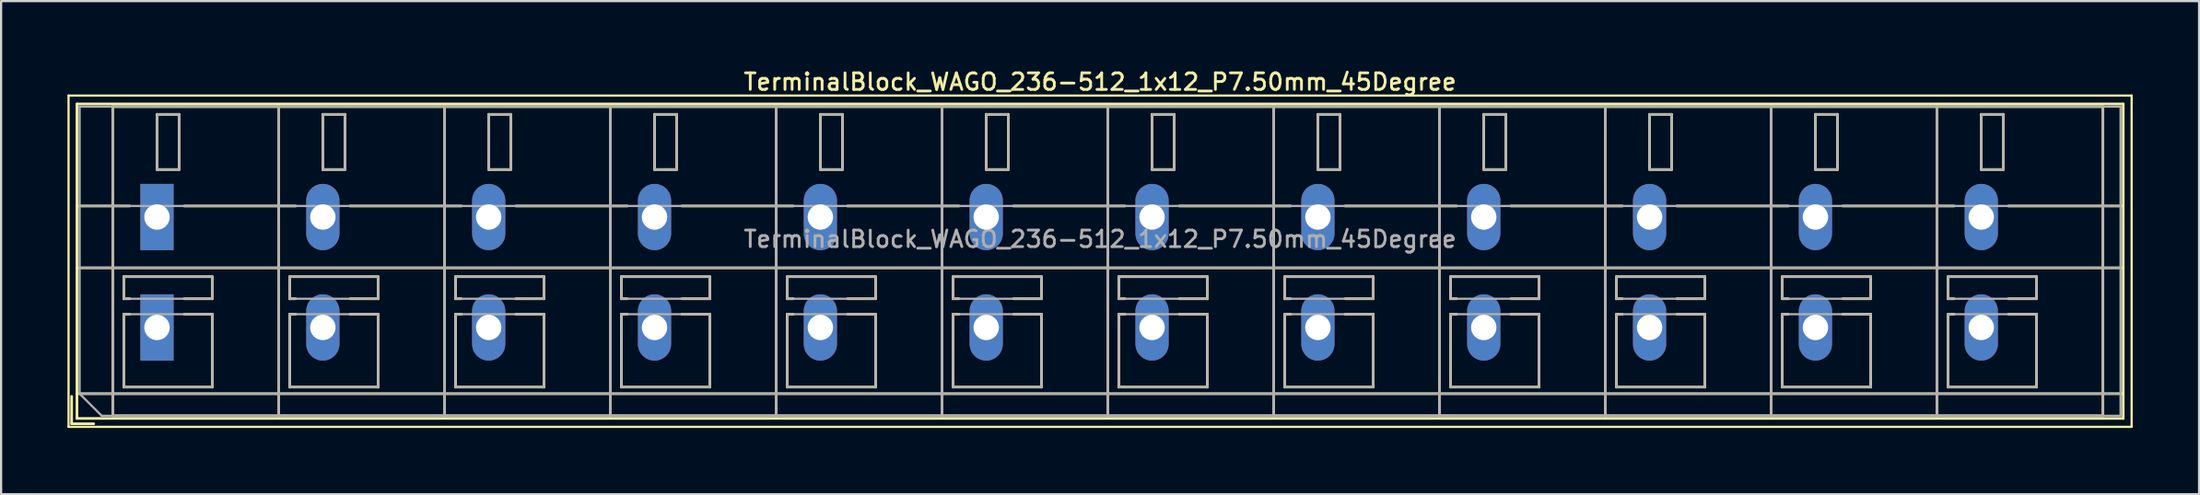
<source format=kicad_pcb>
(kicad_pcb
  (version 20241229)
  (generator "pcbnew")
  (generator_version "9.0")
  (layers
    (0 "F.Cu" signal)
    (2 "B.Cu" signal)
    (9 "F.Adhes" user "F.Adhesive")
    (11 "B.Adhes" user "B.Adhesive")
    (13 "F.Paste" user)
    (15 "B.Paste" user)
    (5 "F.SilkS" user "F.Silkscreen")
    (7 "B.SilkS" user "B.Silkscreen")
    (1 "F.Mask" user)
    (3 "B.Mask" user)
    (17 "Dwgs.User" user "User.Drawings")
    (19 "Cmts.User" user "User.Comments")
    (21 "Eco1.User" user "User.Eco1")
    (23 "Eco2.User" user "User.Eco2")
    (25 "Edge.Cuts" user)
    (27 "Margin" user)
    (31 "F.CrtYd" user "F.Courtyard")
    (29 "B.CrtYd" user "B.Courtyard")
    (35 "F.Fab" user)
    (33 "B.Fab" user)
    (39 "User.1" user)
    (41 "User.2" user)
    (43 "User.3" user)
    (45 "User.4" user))
  (footprint "TerminalBlock_WAGO_236-512_1x12_P7.50mm_45Degree"
    (layer "F.Cu")
    (at 4.05 6.778)
    (property "Reference" "TerminalBlock_WAGO_236-512_1x12_P7.50mm_45Degree" (at 42.65 -6.12 0) (layer "F.SilkS") (effects (font (size 0.75 0.75) (thickness 0.125))))
    (attr through_hole)
    (fp_line (start -4 -5.5) (end -4 9.5) (stroke (width 0.1) (type solid)) (layer "F.SilkS"))
    (fp_line (start -4 9.5) (end 89.3 9.5) (stroke (width 0.1) (type solid)) (layer "F.SilkS"))
    (fp_line (start -3.86 8.12) (end -3.86 9.36) (stroke (width 0.12) (type solid)) (layer "F.SilkS"))
    (fp_line (start -3.86 9.36) (end -2.86 9.36) (stroke (width 0.12) (type solid)) (layer "F.SilkS"))
    (fp_line (start -3.62 -5.12) (end -3.62 9.12) (stroke (width 0.12) (type solid)) (layer "F.SilkS"))
    (fp_line (start -3.62 -5.12) (end 88.92 -5.12) (stroke (width 0.12) (type solid)) (layer "F.SilkS"))
    (fp_line (start -3.62 -0.5) (end -1.23 -0.5) (stroke (width 0.12) (type solid)) (layer "F.SilkS"))
    (fp_line (start -3.62 2.3) (end 88.92 2.3) (stroke (width 0.12) (type solid)) (layer "F.SilkS"))
    (fp_line (start -3.62 8) (end 88.92 8) (stroke (width 0.12) (type solid)) (layer "F.SilkS"))
    (fp_line (start -3.62 9.12) (end 88.92 9.12) (stroke (width 0.12) (type solid)) (layer "F.SilkS"))
    (fp_line (start -2 -5) (end -2 9) (stroke (width 0.12) (type solid)) (layer "F.SilkS"))
    (fp_line (start -2 -5) (end 5.5 -5) (stroke (width 0.12) (type solid)) (layer "F.SilkS"))
    (fp_line (start -2 9) (end 5.5 9) (stroke (width 0.12) (type solid)) (layer "F.SilkS"))
    (fp_line (start -1.5 2.7) (end -1.5 3.7) (stroke (width 0.12) (type solid)) (layer "F.SilkS"))
    (fp_line (start -1.5 2.7) (end 2.5 2.7) (stroke (width 0.12) (type solid)) (layer "F.SilkS"))
    (fp_line (start -1.5 3.7) (end -1.23 3.7) (stroke (width 0.12) (type solid)) (layer "F.SilkS"))
    (fp_line (start -1.5 4.4) (end -1.5 7.7) (stroke (width 0.12) (type solid)) (layer "F.SilkS"))
    (fp_line (start -1.5 4.4) (end -1.23 4.4) (stroke (width 0.12) (type solid)) (layer "F.SilkS"))
    (fp_line (start -1.5 7.7) (end 2.5 7.7) (stroke (width 0.12) (type solid)) (layer "F.SilkS"))
    (fp_line (start 0 -4.65) (end 0 -2.151) (stroke (width 0.12) (type solid)) (layer "F.SilkS"))
    (fp_line (start 0 -4.65) (end 1 -4.65) (stroke (width 0.12) (type solid)) (layer "F.SilkS"))
    (fp_line (start 0 -2.151) (end 1 -2.151) (stroke (width 0.12) (type solid)) (layer "F.SilkS"))
    (fp_line (start 1 -4.65) (end 1 -2.151) (stroke (width 0.12) (type solid)) (layer "F.SilkS"))
    (fp_line (start 1.23 -0.5) (end 6.27 -0.5) (stroke (width 0.12) (type solid)) (layer "F.SilkS"))
    (fp_line (start 1.23 3.7) (end 2.5 3.7) (stroke (width 0.12) (type solid)) (layer "F.SilkS"))
    (fp_line (start 1.23 4.4) (end 2.5 4.4) (stroke (width 0.12) (type solid)) (layer "F.SilkS"))
    (fp_line (start 2.5 2.7) (end 2.5 3.7) (stroke (width 0.12) (type solid)) (layer "F.SilkS"))
    (fp_line (start 2.5 4.4) (end 2.5 7.7) (stroke (width 0.12) (type solid)) (layer "F.SilkS"))
    (fp_line (start 5.5 -5) (end 5.5 9) (stroke (width 0.12) (type solid)) (layer "F.SilkS"))
    (fp_line (start 5.5 -5) (end 5.5 9) (stroke (width 0.12) (type solid)) (layer "F.SilkS"))
    (fp_line (start 5.5 -5) (end 13 -5) (stroke (width 0.12) (type solid)) (layer "F.SilkS"))
    (fp_line (start 5.5 9) (end 13 9) (stroke (width 0.12) (type solid)) (layer "F.SilkS"))
    (fp_line (start 6 2.7) (end 6 3.7) (stroke (width 0.12) (type solid)) (layer "F.SilkS"))
    (fp_line (start 6 2.7) (end 10 2.7) (stroke (width 0.12) (type solid)) (layer "F.SilkS"))
    (fp_line (start 6 3.7) (end 6.27 3.7) (stroke (width 0.12) (type solid)) (layer "F.SilkS"))
    (fp_line (start 6 4.4) (end 6 7.7) (stroke (width 0.12) (type solid)) (layer "F.SilkS"))
    (fp_line (start 6 4.4) (end 6.27 4.4) (stroke (width 0.12) (type solid)) (layer "F.SilkS"))
    (fp_line (start 6 7.7) (end 10 7.7) (stroke (width 0.12) (type solid)) (layer "F.SilkS"))
    (fp_line (start 7.5 -4.65) (end 7.5 -2.151) (stroke (width 0.12) (type solid)) (layer "F.SilkS"))
    (fp_line (start 7.5 -4.65) (end 8.5 -4.65) (stroke (width 0.12) (type solid)) (layer "F.SilkS"))
    (fp_line (start 7.5 -2.151) (end 8.5 -2.151) (stroke (width 0.12) (type solid)) (layer "F.SilkS"))
    (fp_line (start 8.5 -4.65) (end 8.5 -2.151) (stroke (width 0.12) (type solid)) (layer "F.SilkS"))
    (fp_line (start 8.73 -0.5) (end 13.77 -0.5) (stroke (width 0.12) (type solid)) (layer "F.SilkS"))
    (fp_line (start 8.73 3.7) (end 10 3.7) (stroke (width 0.12) (type solid)) (layer "F.SilkS"))
    (fp_line (start 8.73 4.4) (end 10 4.4) (stroke (width 0.12) (type solid)) (layer "F.SilkS"))
    (fp_line (start 10 2.7) (end 10 3.7) (stroke (width 0.12) (type solid)) (layer "F.SilkS"))
    (fp_line (start 10 4.4) (end 10 7.7) (stroke (width 0.12) (type solid)) (layer "F.SilkS"))
    (fp_line (start 13 -5) (end 13 9) (stroke (width 0.12) (type solid)) (layer "F.SilkS"))
    (fp_line (start 13 -5) (end 13 9) (stroke (width 0.12) (type solid)) (layer "F.SilkS"))
    (fp_line (start 13 -5) (end 20.5 -5) (stroke (width 0.12) (type solid)) (layer "F.SilkS"))
    (fp_line (start 13 9) (end 20.5 9) (stroke (width 0.12) (type solid)) (layer "F.SilkS"))
    (fp_line (start 13.5 2.7) (end 13.5 3.7) (stroke (width 0.12) (type solid)) (layer "F.SilkS"))
    (fp_line (start 13.5 2.7) (end 17.5 2.7) (stroke (width 0.12) (type solid)) (layer "F.SilkS"))
    (fp_line (start 13.5 3.7) (end 13.77 3.7) (stroke (width 0.12) (type solid)) (layer "F.SilkS"))
    (fp_line (start 13.5 4.4) (end 13.5 7.7) (stroke (width 0.12) (type solid)) (layer "F.SilkS"))
    (fp_line (start 13.5 4.4) (end 13.77 4.4) (stroke (width 0.12) (type solid)) (layer "F.SilkS"))
    (fp_line (start 13.5 7.7) (end 17.5 7.7) (stroke (width 0.12) (type solid)) (layer "F.SilkS"))
    (fp_line (start 15 -4.65) (end 15 -2.151) (stroke (width 0.12) (type solid)) (layer "F.SilkS"))
    (fp_line (start 15 -4.65) (end 16 -4.65) (stroke (width 0.12) (type solid)) (layer "F.SilkS"))
    (fp_line (start 15 -2.151) (end 16 -2.151) (stroke (width 0.12) (type solid)) (layer "F.SilkS"))
    (fp_line (start 16 -4.65) (end 16 -2.151) (stroke (width 0.12) (type solid)) (layer "F.SilkS"))
    (fp_line (start 16.23 -0.5) (end 21.27 -0.5) (stroke (width 0.12) (type solid)) (layer "F.SilkS"))
    (fp_line (start 16.23 3.7) (end 17.5 3.7) (stroke (width 0.12) (type solid)) (layer "F.SilkS"))
    (fp_line (start 16.23 4.4) (end 17.5 4.4) (stroke (width 0.12) (type solid)) (layer "F.SilkS"))
    (fp_line (start 17.5 2.7) (end 17.5 3.7) (stroke (width 0.12) (type solid)) (layer "F.SilkS"))
    (fp_line (start 17.5 4.4) (end 17.5 7.7) (stroke (width 0.12) (type solid)) (layer "F.SilkS"))
    (fp_line (start 20.5 -5) (end 20.5 9) (stroke (width 0.12) (type solid)) (layer "F.SilkS"))
    (fp_line (start 20.5 -5) (end 20.5 9) (stroke (width 0.12) (type solid)) (layer "F.SilkS"))
    (fp_line (start 20.5 -5) (end 28 -5) (stroke (width 0.12) (type solid)) (layer "F.SilkS"))
    (fp_line (start 20.5 9) (end 28 9) (stroke (width 0.12) (type solid)) (layer "F.SilkS"))
    (fp_line (start 21 2.7) (end 21 3.7) (stroke (width 0.12) (type solid)) (layer "F.SilkS"))
    (fp_line (start 21 2.7) (end 25 2.7) (stroke (width 0.12) (type solid)) (layer "F.SilkS"))
    (fp_line (start 21 3.7) (end 21.27 3.7) (stroke (width 0.12) (type solid)) (layer "F.SilkS"))
    (fp_line (start 21 4.4) (end 21 7.7) (stroke (width 0.12) (type solid)) (layer "F.SilkS"))
    (fp_line (start 21 4.4) (end 21.27 4.4) (stroke (width 0.12) (type solid)) (layer "F.SilkS"))
    (fp_line (start 21 7.7) (end 25 7.7) (stroke (width 0.12) (type solid)) (layer "F.SilkS"))
    (fp_line (start 22.5 -4.65) (end 22.5 -2.151) (stroke (width 0.12) (type solid)) (layer "F.SilkS"))
    (fp_line (start 22.5 -4.65) (end 23.5 -4.65) (stroke (width 0.12) (type solid)) (layer "F.SilkS"))
    (fp_line (start 22.5 -2.151) (end 23.5 -2.151) (stroke (width 0.12) (type solid)) (layer "F.SilkS"))
    (fp_line (start 23.5 -4.65) (end 23.5 -2.151) (stroke (width 0.12) (type solid)) (layer "F.SilkS"))
    (fp_line (start 23.73 -0.5) (end 28.77 -0.5) (stroke (width 0.12) (type solid)) (layer "F.SilkS"))
    (fp_line (start 23.73 3.7) (end 25 3.7) (stroke (width 0.12) (type solid)) (layer "F.SilkS"))
    (fp_line (start 23.73 4.4) (end 25 4.4) (stroke (width 0.12) (type solid)) (layer "F.SilkS"))
    (fp_line (start 25 2.7) (end 25 3.7) (stroke (width 0.12) (type solid)) (layer "F.SilkS"))
    (fp_line (start 25 4.4) (end 25 7.7) (stroke (width 0.12) (type solid)) (layer "F.SilkS"))
    (fp_line (start 28 -5) (end 28 9) (stroke (width 0.12) (type solid)) (layer "F.SilkS"))
    (fp_line (start 28 -5) (end 28 9) (stroke (width 0.12) (type solid)) (layer "F.SilkS"))
    (fp_line (start 28 -5) (end 35.5 -5) (stroke (width 0.12) (type solid)) (layer "F.SilkS"))
    (fp_line (start 28 9) (end 35.5 9) (stroke (width 0.12) (type solid)) (layer "F.SilkS"))
    (fp_line (start 28.5 2.7) (end 28.5 3.7) (stroke (width 0.12) (type solid)) (layer "F.SilkS"))
    (fp_line (start 28.5 2.7) (end 32.5 2.7) (stroke (width 0.12) (type solid)) (layer "F.SilkS"))
    (fp_line (start 28.5 3.7) (end 28.77 3.7) (stroke (width 0.12) (type solid)) (layer "F.SilkS"))
    (fp_line (start 28.5 4.4) (end 28.5 7.7) (stroke (width 0.12) (type solid)) (layer "F.SilkS"))
    (fp_line (start 28.5 4.4) (end 28.77 4.4) (stroke (width 0.12) (type solid)) (layer "F.SilkS"))
    (fp_line (start 28.5 7.7) (end 32.5 7.7) (stroke (width 0.12) (type solid)) (layer "F.SilkS"))
    (fp_line (start 30 -4.65) (end 30 -2.151) (stroke (width 0.12) (type solid)) (layer "F.SilkS"))
    (fp_line (start 30 -4.65) (end 31 -4.65) (stroke (width 0.12) (type solid)) (layer "F.SilkS"))
    (fp_line (start 30 -2.151) (end 31 -2.151) (stroke (width 0.12) (type solid)) (layer "F.SilkS"))
    (fp_line (start 31 -4.65) (end 31 -2.151) (stroke (width 0.12) (type solid)) (layer "F.SilkS"))
    (fp_line (start 31.23 -0.5) (end 36.27 -0.5) (stroke (width 0.12) (type solid)) (layer "F.SilkS"))
    (fp_line (start 31.23 3.7) (end 32.5 3.7) (stroke (width 0.12) (type solid)) (layer "F.SilkS"))
    (fp_line (start 31.23 4.4) (end 32.5 4.4) (stroke (width 0.12) (type solid)) (layer "F.SilkS"))
    (fp_line (start 32.5 2.7) (end 32.5 3.7) (stroke (width 0.12) (type solid)) (layer "F.SilkS"))
    (fp_line (start 32.5 4.4) (end 32.5 7.7) (stroke (width 0.12) (type solid)) (layer "F.SilkS"))
    (fp_line (start 35.5 -5) (end 35.5 9) (stroke (width 0.12) (type solid)) (layer "F.SilkS"))
    (fp_line (start 35.5 -5) (end 35.5 9) (stroke (width 0.12) (type solid)) (layer "F.SilkS"))
    (fp_line (start 35.5 -5) (end 43 -5) (stroke (width 0.12) (type solid)) (layer "F.SilkS"))
    (fp_line (start 35.5 9) (end 43 9) (stroke (width 0.12) (type solid)) (layer "F.SilkS"))
    (fp_line (start 36 2.7) (end 36 3.7) (stroke (width 0.12) (type solid)) (layer "F.SilkS"))
    (fp_line (start 36 2.7) (end 40 2.7) (stroke (width 0.12) (type solid)) (layer "F.SilkS"))
    (fp_line (start 36 3.7) (end 36.27 3.7) (stroke (width 0.12) (type solid)) (layer "F.SilkS"))
    (fp_line (start 36 4.4) (end 36 7.7) (stroke (width 0.12) (type solid)) (layer "F.SilkS"))
    (fp_line (start 36 4.4) (end 36.27 4.4) (stroke (width 0.12) (type solid)) (layer "F.SilkS"))
    (fp_line (start 36 7.7) (end 40 7.7) (stroke (width 0.12) (type solid)) (layer "F.SilkS"))
    (fp_line (start 37.5 -4.65) (end 37.5 -2.151) (stroke (width 0.12) (type solid)) (layer "F.SilkS"))
    (fp_line (start 37.5 -4.65) (end 38.5 -4.65) (stroke (width 0.12) (type solid)) (layer "F.SilkS"))
    (fp_line (start 37.5 -2.151) (end 38.5 -2.151) (stroke (width 0.12) (type solid)) (layer "F.SilkS"))
    (fp_line (start 38.5 -4.65) (end 38.5 -2.151) (stroke (width 0.12) (type solid)) (layer "F.SilkS"))
    (fp_line (start 38.73 -0.5) (end 43.77 -0.5) (stroke (width 0.12) (type solid)) (layer "F.SilkS"))
    (fp_line (start 38.73 3.7) (end 40 3.7) (stroke (width 0.12) (type solid)) (layer "F.SilkS"))
    (fp_line (start 38.73 4.4) (end 40 4.4) (stroke (width 0.12) (type solid)) (layer "F.SilkS"))
    (fp_line (start 40 2.7) (end 40 3.7) (stroke (width 0.12) (type solid)) (layer "F.SilkS"))
    (fp_line (start 40 4.4) (end 40 7.7) (stroke (width 0.12) (type solid)) (layer "F.SilkS"))
    (fp_line (start 43 -5) (end 43 9) (stroke (width 0.12) (type solid)) (layer "F.SilkS"))
    (fp_line (start 43 -5) (end 43 9) (stroke (width 0.12) (type solid)) (layer "F.SilkS"))
    (fp_line (start 43 -5) (end 50.5 -5) (stroke (width 0.12) (type solid)) (layer "F.SilkS"))
    (fp_line (start 43 9) (end 50.5 9) (stroke (width 0.12) (type solid)) (layer "F.SilkS"))
    (fp_line (start 43.5 2.7) (end 43.5 3.7) (stroke (width 0.12) (type solid)) (layer "F.SilkS"))
    (fp_line (start 43.5 2.7) (end 47.5 2.7) (stroke (width 0.12) (type solid)) (layer "F.SilkS"))
    (fp_line (start 43.5 3.7) (end 43.77 3.7) (stroke (width 0.12) (type solid)) (layer "F.SilkS"))
    (fp_line (start 43.5 4.4) (end 43.5 7.7) (stroke (width 0.12) (type solid)) (layer "F.SilkS"))
    (fp_line (start 43.5 4.4) (end 43.77 4.4) (stroke (width 0.12) (type solid)) (layer "F.SilkS"))
    (fp_line (start 43.5 7.7) (end 47.5 7.7) (stroke (width 0.12) (type solid)) (layer "F.SilkS"))
    (fp_line (start 45 -4.65) (end 45 -2.151) (stroke (width 0.12) (type solid)) (layer "F.SilkS"))
    (fp_line (start 45 -4.65) (end 46 -4.65) (stroke (width 0.12) (type solid)) (layer "F.SilkS"))
    (fp_line (start 45 -2.151) (end 46 -2.151) (stroke (width 0.12) (type solid)) (layer "F.SilkS"))
    (fp_line (start 46 -4.65) (end 46 -2.151) (stroke (width 0.12) (type solid)) (layer "F.SilkS"))
    (fp_line (start 46.23 -0.5) (end 51.27 -0.5) (stroke (width 0.12) (type solid)) (layer "F.SilkS"))
    (fp_line (start 46.23 3.7) (end 47.5 3.7) (stroke (width 0.12) (type solid)) (layer "F.SilkS"))
    (fp_line (start 46.23 4.4) (end 47.5 4.4) (stroke (width 0.12) (type solid)) (layer "F.SilkS"))
    (fp_line (start 47.5 2.7) (end 47.5 3.7) (stroke (width 0.12) (type solid)) (layer "F.SilkS"))
    (fp_line (start 47.5 4.4) (end 47.5 7.7) (stroke (width 0.12) (type solid)) (layer "F.SilkS"))
    (fp_line (start 50.5 -5) (end 50.5 9) (stroke (width 0.12) (type solid)) (layer "F.SilkS"))
    (fp_line (start 50.5 -5) (end 50.5 9) (stroke (width 0.12) (type solid)) (layer "F.SilkS"))
    (fp_line (start 50.5 -5) (end 58 -5) (stroke (width 0.12) (type solid)) (layer "F.SilkS"))
    (fp_line (start 50.5 9) (end 58 9) (stroke (width 0.12) (type solid)) (layer "F.SilkS"))
    (fp_line (start 51 2.7) (end 51 3.7) (stroke (width 0.12) (type solid)) (layer "F.SilkS"))
    (fp_line (start 51 2.7) (end 55 2.7) (stroke (width 0.12) (type solid)) (layer "F.SilkS"))
    (fp_line (start 51 3.7) (end 51.27 3.7) (stroke (width 0.12) (type solid)) (layer "F.SilkS"))
    (fp_line (start 51 4.4) (end 51 7.7) (stroke (width 0.12) (type solid)) (layer "F.SilkS"))
    (fp_line (start 51 4.4) (end 51.27 4.4) (stroke (width 0.12) (type solid)) (layer "F.SilkS"))
    (fp_line (start 51 7.7) (end 55 7.7) (stroke (width 0.12) (type solid)) (layer "F.SilkS"))
    (fp_line (start 52.5 -4.65) (end 52.5 -2.151) (stroke (width 0.12) (type solid)) (layer "F.SilkS"))
    (fp_line (start 52.5 -4.65) (end 53.5 -4.65) (stroke (width 0.12) (type solid)) (layer "F.SilkS"))
    (fp_line (start 52.5 -2.151) (end 53.5 -2.151) (stroke (width 0.12) (type solid)) (layer "F.SilkS"))
    (fp_line (start 53.5 -4.65) (end 53.5 -2.151) (stroke (width 0.12) (type solid)) (layer "F.SilkS"))
    (fp_line (start 53.73 -0.5) (end 58.77 -0.5) (stroke (width 0.12) (type solid)) (layer "F.SilkS"))
    (fp_line (start 53.73 3.7) (end 55 3.7) (stroke (width 0.12) (type solid)) (layer "F.SilkS"))
    (fp_line (start 53.73 4.4) (end 55 4.4) (stroke (width 0.12) (type solid)) (layer "F.SilkS"))
    (fp_line (start 55 2.7) (end 55 3.7) (stroke (width 0.12) (type solid)) (layer "F.SilkS"))
    (fp_line (start 55 4.4) (end 55 7.7) (stroke (width 0.12) (type solid)) (layer "F.SilkS"))
    (fp_line (start 58 -5) (end 58 9) (stroke (width 0.12) (type solid)) (layer "F.SilkS"))
    (fp_line (start 58 -5) (end 58 9) (stroke (width 0.12) (type solid)) (layer "F.SilkS"))
    (fp_line (start 58 -5) (end 65.5 -5) (stroke (width 0.12) (type solid)) (layer "F.SilkS"))
    (fp_line (start 58 9) (end 65.5 9) (stroke (width 0.12) (type solid)) (layer "F.SilkS"))
    (fp_line (start 58.5 2.7) (end 58.5 3.7) (stroke (width 0.12) (type solid)) (layer "F.SilkS"))
    (fp_line (start 58.5 2.7) (end 62.5 2.7) (stroke (width 0.12) (type solid)) (layer "F.SilkS"))
    (fp_line (start 58.5 3.7) (end 58.77 3.7) (stroke (width 0.12) (type solid)) (layer "F.SilkS"))
    (fp_line (start 58.5 4.4) (end 58.5 7.7) (stroke (width 0.12) (type solid)) (layer "F.SilkS"))
    (fp_line (start 58.5 4.4) (end 58.77 4.4) (stroke (width 0.12) (type solid)) (layer "F.SilkS"))
    (fp_line (start 58.5 7.7) (end 62.5 7.7) (stroke (width 0.12) (type solid)) (layer "F.SilkS"))
    (fp_line (start 60 -4.65) (end 60 -2.151) (stroke (width 0.12) (type solid)) (layer "F.SilkS"))
    (fp_line (start 60 -4.65) (end 61 -4.65) (stroke (width 0.12) (type solid)) (layer "F.SilkS"))
    (fp_line (start 60 -2.151) (end 61 -2.151) (stroke (width 0.12) (type solid)) (layer "F.SilkS"))
    (fp_line (start 61 -4.65) (end 61 -2.151) (stroke (width 0.12) (type solid)) (layer "F.SilkS"))
    (fp_line (start 61.23 -0.5) (end 66.27 -0.5) (stroke (width 0.12) (type solid)) (layer "F.SilkS"))
    (fp_line (start 61.23 3.7) (end 62.5 3.7) (stroke (width 0.12) (type solid)) (layer "F.SilkS"))
    (fp_line (start 61.23 4.4) (end 62.5 4.4) (stroke (width 0.12) (type solid)) (layer "F.SilkS"))
    (fp_line (start 62.5 2.7) (end 62.5 3.7) (stroke (width 0.12) (type solid)) (layer "F.SilkS"))
    (fp_line (start 62.5 4.4) (end 62.5 7.7) (stroke (width 0.12) (type solid)) (layer "F.SilkS"))
    (fp_line (start 65.5 -5) (end 65.5 9) (stroke (width 0.12) (type solid)) (layer "F.SilkS"))
    (fp_line (start 65.5 -5) (end 65.5 9) (stroke (width 0.12) (type solid)) (layer "F.SilkS"))
    (fp_line (start 65.5 -5) (end 73 -5) (stroke (width 0.12) (type solid)) (layer "F.SilkS"))
    (fp_line (start 65.5 9) (end 73 9) (stroke (width 0.12) (type solid)) (layer "F.SilkS"))
    (fp_line (start 66 2.7) (end 66 3.7) (stroke (width 0.12) (type solid)) (layer "F.SilkS"))
    (fp_line (start 66 2.7) (end 70 2.7) (stroke (width 0.12) (type solid)) (layer "F.SilkS"))
    (fp_line (start 66 3.7) (end 66.27 3.7) (stroke (width 0.12) (type solid)) (layer "F.SilkS"))
    (fp_line (start 66 4.4) (end 66 7.7) (stroke (width 0.12) (type solid)) (layer "F.SilkS"))
    (fp_line (start 66 4.4) (end 66.27 4.4) (stroke (width 0.12) (type solid)) (layer "F.SilkS"))
    (fp_line (start 66 7.7) (end 70 7.7) (stroke (width 0.12) (type solid)) (layer "F.SilkS"))
    (fp_line (start 67.5 -4.65) (end 67.5 -2.151) (stroke (width 0.12) (type solid)) (layer "F.SilkS"))
    (fp_line (start 67.5 -4.65) (end 68.5 -4.65) (stroke (width 0.12) (type solid)) (layer "F.SilkS"))
    (fp_line (start 67.5 -2.151) (end 68.5 -2.151) (stroke (width 0.12) (type solid)) (layer "F.SilkS"))
    (fp_line (start 68.5 -4.65) (end 68.5 -2.151) (stroke (width 0.12) (type solid)) (layer "F.SilkS"))
    (fp_line (start 68.73 -0.5) (end 73.77 -0.5) (stroke (width 0.12) (type solid)) (layer "F.SilkS"))
    (fp_line (start 68.73 3.7) (end 70 3.7) (stroke (width 0.12) (type solid)) (layer "F.SilkS"))
    (fp_line (start 68.73 4.4) (end 70 4.4) (stroke (width 0.12) (type solid)) (layer "F.SilkS"))
    (fp_line (start 70 2.7) (end 70 3.7) (stroke (width 0.12) (type solid)) (layer "F.SilkS"))
    (fp_line (start 70 4.4) (end 70 7.7) (stroke (width 0.12) (type solid)) (layer "F.SilkS"))
    (fp_line (start 73 -5) (end 73 9) (stroke (width 0.12) (type solid)) (layer "F.SilkS"))
    (fp_line (start 73 -5) (end 73 9) (stroke (width 0.12) (type solid)) (layer "F.SilkS"))
    (fp_line (start 73 -5) (end 80.5 -5) (stroke (width 0.12) (type solid)) (layer "F.SilkS"))
    (fp_line (start 73 9) (end 80.5 9) (stroke (width 0.12) (type solid)) (layer "F.SilkS"))
    (fp_line (start 73.5 2.7) (end 73.5 3.7) (stroke (width 0.12) (type solid)) (layer "F.SilkS"))
    (fp_line (start 73.5 2.7) (end 77.5 2.7) (stroke (width 0.12) (type solid)) (layer "F.SilkS"))
    (fp_line (start 73.5 3.7) (end 73.77 3.7) (stroke (width 0.12) (type solid)) (layer "F.SilkS"))
    (fp_line (start 73.5 4.4) (end 73.5 7.7) (stroke (width 0.12) (type solid)) (layer "F.SilkS"))
    (fp_line (start 73.5 4.4) (end 73.77 4.4) (stroke (width 0.12) (type solid)) (layer "F.SilkS"))
    (fp_line (start 73.5 7.7) (end 77.5 7.7) (stroke (width 0.12) (type solid)) (layer "F.SilkS"))
    (fp_line (start 75 -4.65) (end 75 -2.151) (stroke (width 0.12) (type solid)) (layer "F.SilkS"))
    (fp_line (start 75 -4.65) (end 76 -4.65) (stroke (width 0.12) (type solid)) (layer "F.SilkS"))
    (fp_line (start 75 -2.151) (end 76 -2.151) (stroke (width 0.12) (type solid)) (layer "F.SilkS"))
    (fp_line (start 76 -4.65) (end 76 -2.151) (stroke (width 0.12) (type solid)) (layer "F.SilkS"))
    (fp_line (start 76.23 -0.5) (end 81.27 -0.5) (stroke (width 0.12) (type solid)) (layer "F.SilkS"))
    (fp_line (start 76.23 3.7) (end 77.5 3.7) (stroke (width 0.12) (type solid)) (layer "F.SilkS"))
    (fp_line (start 76.23 4.4) (end 77.5 4.4) (stroke (width 0.12) (type solid)) (layer "F.SilkS"))
    (fp_line (start 77.5 2.7) (end 77.5 3.7) (stroke (width 0.12) (type solid)) (layer "F.SilkS"))
    (fp_line (start 77.5 4.4) (end 77.5 7.7) (stroke (width 0.12) (type solid)) (layer "F.SilkS"))
    (fp_line (start 80.5 -5) (end 80.5 9) (stroke (width 0.12) (type solid)) (layer "F.SilkS"))
    (fp_line (start 80.5 -5) (end 80.5 9) (stroke (width 0.12) (type solid)) (layer "F.SilkS"))
    (fp_line (start 80.5 -5) (end 88 -5) (stroke (width 0.12) (type solid)) (layer "F.SilkS"))
    (fp_line (start 80.5 9) (end 88 9) (stroke (width 0.12) (type solid)) (layer "F.SilkS"))
    (fp_line (start 81 2.7) (end 81 3.7) (stroke (width 0.12) (type solid)) (layer "F.SilkS"))
    (fp_line (start 81 2.7) (end 85 2.7) (stroke (width 0.12) (type solid)) (layer "F.SilkS"))
    (fp_line (start 81 3.7) (end 81.27 3.7) (stroke (width 0.12) (type solid)) (layer "F.SilkS"))
    (fp_line (start 81 4.4) (end 81 7.7) (stroke (width 0.12) (type solid)) (layer "F.SilkS"))
    (fp_line (start 81 4.4) (end 81.27 4.4) (stroke (width 0.12) (type solid)) (layer "F.SilkS"))
    (fp_line (start 81 7.7) (end 85 7.7) (stroke (width 0.12) (type solid)) (layer "F.SilkS"))
    (fp_line (start 82.5 -4.65) (end 82.5 -2.151) (stroke (width 0.12) (type solid)) (layer "F.SilkS"))
    (fp_line (start 82.5 -4.65) (end 83.5 -4.65) (stroke (width 0.12) (type solid)) (layer "F.SilkS"))
    (fp_line (start 82.5 -2.151) (end 83.5 -2.151) (stroke (width 0.12) (type solid)) (layer "F.SilkS"))
    (fp_line (start 83.5 -4.65) (end 83.5 -2.151) (stroke (width 0.12) (type solid)) (layer "F.SilkS"))
    (fp_line (start 83.73 -0.5) (end 88.92 -0.5) (stroke (width 0.12) (type solid)) (layer "F.SilkS"))
    (fp_line (start 83.73 3.7) (end 85 3.7) (stroke (width 0.12) (type solid)) (layer "F.SilkS"))
    (fp_line (start 83.73 4.4) (end 85 4.4) (stroke (width 0.12) (type solid)) (layer "F.SilkS"))
    (fp_line (start 85 2.7) (end 85 3.7) (stroke (width 0.12) (type solid)) (layer "F.SilkS"))
    (fp_line (start 85 4.4) (end 85 7.7) (stroke (width 0.12) (type solid)) (layer "F.SilkS"))
    (fp_line (start 88 -5) (end 88 9) (stroke (width 0.12) (type solid)) (layer "F.SilkS"))
    (fp_line (start 88.92 -5.12) (end 88.92 9.12) (stroke (width 0.12) (type solid)) (layer "F.SilkS"))
    (fp_line (start 89.3 -5.5) (end -4 -5.5) (stroke (width 0.1) (type solid)) (layer "F.SilkS"))
    (fp_line (start 89.3 9.5) (end 89.3 -5.5) (stroke (width 0.1) (type solid)) (layer "F.SilkS"))
    (fp_line (start -3.5 -5) (end 88.8 -5) (stroke (width 0.1) (type solid)) (layer "F.Fab"))
    (fp_line (start -3.5 -0.5) (end 88.8 -0.5) (stroke (width 0.1) (type solid)) (layer "F.Fab"))
    (fp_line (start -3.5 2.3) (end 88.8 2.3) (stroke (width 0.1) (type solid)) (layer "F.Fab"))
    (fp_line (start -3.5 8) (end -3.5 -5) (stroke (width 0.1) (type solid)) (layer "F.Fab"))
    (fp_line (start -3.5 8) (end 88.8 8) (stroke (width 0.1) (type solid)) (layer "F.Fab"))
    (fp_line (start -2.5 9) (end -3.5 8) (stroke (width 0.1) (type solid)) (layer "F.Fab"))
    (fp_line (start -2 -5) (end -2 9) (stroke (width 0.1) (type solid)) (layer "F.Fab"))
    (fp_line (start -2 9) (end 5.5 9) (stroke (width 0.1) (type solid)) (layer "F.Fab"))
    (fp_line (start -1.5 2.7) (end -1.5 3.7) (stroke (width 0.1) (type solid)) (layer "F.Fab"))
    (fp_line (start -1.5 3.7) (end 2.5 3.7) (stroke (width 0.1) (type solid)) (layer "F.Fab"))
    (fp_line (start -1.5 4.4) (end -1.5 7.7) (stroke (width 0.1) (type solid)) (layer "F.Fab"))
    (fp_line (start -1.5 7.7) (end 2.5 7.7) (stroke (width 0.1) (type solid)) (layer "F.Fab"))
    (fp_line (start 0 -4.65) (end 0 -2.15) (stroke (width 0.1) (type solid)) (layer "F.Fab"))
    (fp_line (start 0 -2.15) (end 1 -2.15) (stroke (width 0.1) (type solid)) (layer "F.Fab"))
    (fp_line (start 1 -4.65) (end 0 -4.65) (stroke (width 0.1) (type solid)) (layer "F.Fab"))
    (fp_line (start 1 -2.15) (end 1 -4.65) (stroke (width 0.1) (type solid)) (layer "F.Fab"))
    (fp_line (start 2.5 2.7) (end -1.5 2.7) (stroke (width 0.1) (type solid)) (layer "F.Fab"))
    (fp_line (start 2.5 3.7) (end 2.5 2.7) (stroke (width 0.1) (type solid)) (layer "F.Fab"))
    (fp_line (start 2.5 4.4) (end -1.5 4.4) (stroke (width 0.1) (type solid)) (layer "F.Fab"))
    (fp_line (start 2.5 7.7) (end 2.5 4.4) (stroke (width 0.1) (type solid)) (layer "F.Fab"))
    (fp_line (start 5.5 -5) (end -2 -5) (stroke (width 0.1) (type solid)) (layer "F.Fab"))
    (fp_line (start 5.5 -5) (end 5.5 9) (stroke (width 0.1) (type solid)) (layer "F.Fab"))
    (fp_line (start 5.5 9) (end 5.5 -5) (stroke (width 0.1) (type solid)) (layer "F.Fab"))
    (fp_line (start 5.5 9) (end 13 9) (stroke (width 0.1) (type solid)) (layer "F.Fab"))
    (fp_line (start 6 2.7) (end 6 3.7) (stroke (width 0.1) (type solid)) (layer "F.Fab"))
    (fp_line (start 6 3.7) (end 10 3.7) (stroke (width 0.1) (type solid)) (layer "F.Fab"))
    (fp_line (start 6 4.4) (end 6 7.7) (stroke (width 0.1) (type solid)) (layer "F.Fab"))
    (fp_line (start 6 7.7) (end 10 7.7) (stroke (width 0.1) (type solid)) (layer "F.Fab"))
    (fp_line (start 7.5 -4.65) (end 7.5 -2.15) (stroke (width 0.1) (type solid)) (layer "F.Fab"))
    (fp_line (start 7.5 -2.15) (end 8.5 -2.15) (stroke (width 0.1) (type solid)) (layer "F.Fab"))
    (fp_line (start 8.5 -4.65) (end 7.5 -4.65) (stroke (width 0.1) (type solid)) (layer "F.Fab"))
    (fp_line (start 8.5 -2.15) (end 8.5 -4.65) (stroke (width 0.1) (type solid)) (layer "F.Fab"))
    (fp_line (start 10 2.7) (end 6 2.7) (stroke (width 0.1) (type solid)) (layer "F.Fab"))
    (fp_line (start 10 3.7) (end 10 2.7) (stroke (width 0.1) (type solid)) (layer "F.Fab"))
    (fp_line (start 10 4.4) (end 6 4.4) (stroke (width 0.1) (type solid)) (layer "F.Fab"))
    (fp_line (start 10 7.7) (end 10 4.4) (stroke (width 0.1) (type solid)) (layer "F.Fab"))
    (fp_line (start 13 -5) (end 5.5 -5) (stroke (width 0.1) (type solid)) (layer "F.Fab"))
    (fp_line (start 13 -5) (end 13 9) (stroke (width 0.1) (type solid)) (layer "F.Fab"))
    (fp_line (start 13 9) (end 13 -5) (stroke (width 0.1) (type solid)) (layer "F.Fab"))
    (fp_line (start 13 9) (end 20.5 9) (stroke (width 0.1) (type solid)) (layer "F.Fab"))
    (fp_line (start 13.5 2.7) (end 13.5 3.7) (stroke (width 0.1) (type solid)) (layer "F.Fab"))
    (fp_line (start 13.5 3.7) (end 17.5 3.7) (stroke (width 0.1) (type solid)) (layer "F.Fab"))
    (fp_line (start 13.5 4.4) (end 13.5 7.7) (stroke (width 0.1) (type solid)) (layer "F.Fab"))
    (fp_line (start 13.5 7.7) (end 17.5 7.7) (stroke (width 0.1) (type solid)) (layer "F.Fab"))
    (fp_line (start 15 -4.65) (end 15 -2.15) (stroke (width 0.1) (type solid)) (layer "F.Fab"))
    (fp_line (start 15 -2.15) (end 16 -2.15) (stroke (width 0.1) (type solid)) (layer "F.Fab"))
    (fp_line (start 16 -4.65) (end 15 -4.65) (stroke (width 0.1) (type solid)) (layer "F.Fab"))
    (fp_line (start 16 -2.15) (end 16 -4.65) (stroke (width 0.1) (type solid)) (layer "F.Fab"))
    (fp_line (start 17.5 2.7) (end 13.5 2.7) (stroke (width 0.1) (type solid)) (layer "F.Fab"))
    (fp_line (start 17.5 3.7) (end 17.5 2.7) (stroke (width 0.1) (type solid)) (layer "F.Fab"))
    (fp_line (start 17.5 4.4) (end 13.5 4.4) (stroke (width 0.1) (type solid)) (layer "F.Fab"))
    (fp_line (start 17.5 7.7) (end 17.5 4.4) (stroke (width 0.1) (type solid)) (layer "F.Fab"))
    (fp_line (start 20.5 -5) (end 13 -5) (stroke (width 0.1) (type solid)) (layer "F.Fab"))
    (fp_line (start 20.5 -5) (end 20.5 9) (stroke (width 0.1) (type solid)) (layer "F.Fab"))
    (fp_line (start 20.5 9) (end 20.5 -5) (stroke (width 0.1) (type solid)) (layer "F.Fab"))
    (fp_line (start 20.5 9) (end 28 9) (stroke (width 0.1) (type solid)) (layer "F.Fab"))
    (fp_line (start 21 2.7) (end 21 3.7) (stroke (width 0.1) (type solid)) (layer "F.Fab"))
    (fp_line (start 21 3.7) (end 25 3.7) (stroke (width 0.1) (type solid)) (layer "F.Fab"))
    (fp_line (start 21 4.4) (end 21 7.7) (stroke (width 0.1) (type solid)) (layer "F.Fab"))
    (fp_line (start 21 7.7) (end 25 7.7) (stroke (width 0.1) (type solid)) (layer "F.Fab"))
    (fp_line (start 22.5 -4.65) (end 22.5 -2.15) (stroke (width 0.1) (type solid)) (layer "F.Fab"))
    (fp_line (start 22.5 -2.15) (end 23.5 -2.15) (stroke (width 0.1) (type solid)) (layer "F.Fab"))
    (fp_line (start 23.5 -4.65) (end 22.5 -4.65) (stroke (width 0.1) (type solid)) (layer "F.Fab"))
    (fp_line (start 23.5 -2.15) (end 23.5 -4.65) (stroke (width 0.1) (type solid)) (layer "F.Fab"))
    (fp_line (start 25 2.7) (end 21 2.7) (stroke (width 0.1) (type solid)) (layer "F.Fab"))
    (fp_line (start 25 3.7) (end 25 2.7) (stroke (width 0.1) (type solid)) (layer "F.Fab"))
    (fp_line (start 25 4.4) (end 21 4.4) (stroke (width 0.1) (type solid)) (layer "F.Fab"))
    (fp_line (start 25 7.7) (end 25 4.4) (stroke (width 0.1) (type solid)) (layer "F.Fab"))
    (fp_line (start 28 -5) (end 20.5 -5) (stroke (width 0.1) (type solid)) (layer "F.Fab"))
    (fp_line (start 28 -5) (end 28 9) (stroke (width 0.1) (type solid)) (layer "F.Fab"))
    (fp_line (start 28 9) (end 28 -5) (stroke (width 0.1) (type solid)) (layer "F.Fab"))
    (fp_line (start 28 9) (end 35.5 9) (stroke (width 0.1) (type solid)) (layer "F.Fab"))
    (fp_line (start 28.5 2.7) (end 28.5 3.7) (stroke (width 0.1) (type solid)) (layer "F.Fab"))
    (fp_line (start 28.5 3.7) (end 32.5 3.7) (stroke (width 0.1) (type solid)) (layer "F.Fab"))
    (fp_line (start 28.5 4.4) (end 28.5 7.7) (stroke (width 0.1) (type solid)) (layer "F.Fab"))
    (fp_line (start 28.5 7.7) (end 32.5 7.7) (stroke (width 0.1) (type solid)) (layer "F.Fab"))
    (fp_line (start 30 -4.65) (end 30 -2.15) (stroke (width 0.1) (type solid)) (layer "F.Fab"))
    (fp_line (start 30 -2.15) (end 31 -2.15) (stroke (width 0.1) (type solid)) (layer "F.Fab"))
    (fp_line (start 31 -4.65) (end 30 -4.65) (stroke (width 0.1) (type solid)) (layer "F.Fab"))
    (fp_line (start 31 -2.15) (end 31 -4.65) (stroke (width 0.1) (type solid)) (layer "F.Fab"))
    (fp_line (start 32.5 2.7) (end 28.5 2.7) (stroke (width 0.1) (type solid)) (layer "F.Fab"))
    (fp_line (start 32.5 3.7) (end 32.5 2.7) (stroke (width 0.1) (type solid)) (layer "F.Fab"))
    (fp_line (start 32.5 4.4) (end 28.5 4.4) (stroke (width 0.1) (type solid)) (layer "F.Fab"))
    (fp_line (start 32.5 7.7) (end 32.5 4.4) (stroke (width 0.1) (type solid)) (layer "F.Fab"))
    (fp_line (start 35.5 -5) (end 28 -5) (stroke (width 0.1) (type solid)) (layer "F.Fab"))
    (fp_line (start 35.5 -5) (end 35.5 9) (stroke (width 0.1) (type solid)) (layer "F.Fab"))
    (fp_line (start 35.5 9) (end 35.5 -5) (stroke (width 0.1) (type solid)) (layer "F.Fab"))
    (fp_line (start 35.5 9) (end 43 9) (stroke (width 0.1) (type solid)) (layer "F.Fab"))
    (fp_line (start 36 2.7) (end 36 3.7) (stroke (width 0.1) (type solid)) (layer "F.Fab"))
    (fp_line (start 36 3.7) (end 40 3.7) (stroke (width 0.1) (type solid)) (layer "F.Fab"))
    (fp_line (start 36 4.4) (end 36 7.7) (stroke (width 0.1) (type solid)) (layer "F.Fab"))
    (fp_line (start 36 7.7) (end 40 7.7) (stroke (width 0.1) (type solid)) (layer "F.Fab"))
    (fp_line (start 37.5 -4.65) (end 37.5 -2.15) (stroke (width 0.1) (type solid)) (layer "F.Fab"))
    (fp_line (start 37.5 -2.15) (end 38.5 -2.15) (stroke (width 0.1) (type solid)) (layer "F.Fab"))
    (fp_line (start 38.5 -4.65) (end 37.5 -4.65) (stroke (width 0.1) (type solid)) (layer "F.Fab"))
    (fp_line (start 38.5 -2.15) (end 38.5 -4.65) (stroke (width 0.1) (type solid)) (layer "F.Fab"))
    (fp_line (start 40 2.7) (end 36 2.7) (stroke (width 0.1) (type solid)) (layer "F.Fab"))
    (fp_line (start 40 3.7) (end 40 2.7) (stroke (width 0.1) (type solid)) (layer "F.Fab"))
    (fp_line (start 40 4.4) (end 36 4.4) (stroke (width 0.1) (type solid)) (layer "F.Fab"))
    (fp_line (start 40 7.7) (end 40 4.4) (stroke (width 0.1) (type solid)) (layer "F.Fab"))
    (fp_line (start 43 -5) (end 35.5 -5) (stroke (width 0.1) (type solid)) (layer "F.Fab"))
    (fp_line (start 43 -5) (end 43 9) (stroke (width 0.1) (type solid)) (layer "F.Fab"))
    (fp_line (start 43 9) (end 43 -5) (stroke (width 0.1) (type solid)) (layer "F.Fab"))
    (fp_line (start 43 9) (end 50.5 9) (stroke (width 0.1) (type solid)) (layer "F.Fab"))
    (fp_line (start 43.5 2.7) (end 43.5 3.7) (stroke (width 0.1) (type solid)) (layer "F.Fab"))
    (fp_line (start 43.5 3.7) (end 47.5 3.7) (stroke (width 0.1) (type solid)) (layer "F.Fab"))
    (fp_line (start 43.5 4.4) (end 43.5 7.7) (stroke (width 0.1) (type solid)) (layer "F.Fab"))
    (fp_line (start 43.5 7.7) (end 47.5 7.7) (stroke (width 0.1) (type solid)) (layer "F.Fab"))
    (fp_line (start 45 -4.65) (end 45 -2.15) (stroke (width 0.1) (type solid)) (layer "F.Fab"))
    (fp_line (start 45 -2.15) (end 46 -2.15) (stroke (width 0.1) (type solid)) (layer "F.Fab"))
    (fp_line (start 46 -4.65) (end 45 -4.65) (stroke (width 0.1) (type solid)) (layer "F.Fab"))
    (fp_line (start 46 -2.15) (end 46 -4.65) (stroke (width 0.1) (type solid)) (layer "F.Fab"))
    (fp_line (start 47.5 2.7) (end 43.5 2.7) (stroke (width 0.1) (type solid)) (layer "F.Fab"))
    (fp_line (start 47.5 3.7) (end 47.5 2.7) (stroke (width 0.1) (type solid)) (layer "F.Fab"))
    (fp_line (start 47.5 4.4) (end 43.5 4.4) (stroke (width 0.1) (type solid)) (layer "F.Fab"))
    (fp_line (start 47.5 7.7) (end 47.5 4.4) (stroke (width 0.1) (type solid)) (layer "F.Fab"))
    (fp_line (start 50.5 -5) (end 43 -5) (stroke (width 0.1) (type solid)) (layer "F.Fab"))
    (fp_line (start 50.5 -5) (end 50.5 9) (stroke (width 0.1) (type solid)) (layer "F.Fab"))
    (fp_line (start 50.5 9) (end 50.5 -5) (stroke (width 0.1) (type solid)) (layer "F.Fab"))
    (fp_line (start 50.5 9) (end 58 9) (stroke (width 0.1) (type solid)) (layer "F.Fab"))
    (fp_line (start 51 2.7) (end 51 3.7) (stroke (width 0.1) (type solid)) (layer "F.Fab"))
    (fp_line (start 51 3.7) (end 55 3.7) (stroke (width 0.1) (type solid)) (layer "F.Fab"))
    (fp_line (start 51 4.4) (end 51 7.7) (stroke (width 0.1) (type solid)) (layer "F.Fab"))
    (fp_line (start 51 7.7) (end 55 7.7) (stroke (width 0.1) (type solid)) (layer "F.Fab"))
    (fp_line (start 52.5 -4.65) (end 52.5 -2.15) (stroke (width 0.1) (type solid)) (layer "F.Fab"))
    (fp_line (start 52.5 -2.15) (end 53.5 -2.15) (stroke (width 0.1) (type solid)) (layer "F.Fab"))
    (fp_line (start 53.5 -4.65) (end 52.5 -4.65) (stroke (width 0.1) (type solid)) (layer "F.Fab"))
    (fp_line (start 53.5 -2.15) (end 53.5 -4.65) (stroke (width 0.1) (type solid)) (layer "F.Fab"))
    (fp_line (start 55 2.7) (end 51 2.7) (stroke (width 0.1) (type solid)) (layer "F.Fab"))
    (fp_line (start 55 3.7) (end 55 2.7) (stroke (width 0.1) (type solid)) (layer "F.Fab"))
    (fp_line (start 55 4.4) (end 51 4.4) (stroke (width 0.1) (type solid)) (layer "F.Fab"))
    (fp_line (start 55 7.7) (end 55 4.4) (stroke (width 0.1) (type solid)) (layer "F.Fab"))
    (fp_line (start 58 -5) (end 50.5 -5) (stroke (width 0.1) (type solid)) (layer "F.Fab"))
    (fp_line (start 58 -5) (end 58 9) (stroke (width 0.1) (type solid)) (layer "F.Fab"))
    (fp_line (start 58 9) (end 58 -5) (stroke (width 0.1) (type solid)) (layer "F.Fab"))
    (fp_line (start 58 9) (end 65.5 9) (stroke (width 0.1) (type solid)) (layer "F.Fab"))
    (fp_line (start 58.5 2.7) (end 58.5 3.7) (stroke (width 0.1) (type solid)) (layer "F.Fab"))
    (fp_line (start 58.5 3.7) (end 62.5 3.7) (stroke (width 0.1) (type solid)) (layer "F.Fab"))
    (fp_line (start 58.5 4.4) (end 58.5 7.7) (stroke (width 0.1) (type solid)) (layer "F.Fab"))
    (fp_line (start 58.5 7.7) (end 62.5 7.7) (stroke (width 0.1) (type solid)) (layer "F.Fab"))
    (fp_line (start 60 -4.65) (end 60 -2.15) (stroke (width 0.1) (type solid)) (layer "F.Fab"))
    (fp_line (start 60 -2.15) (end 61 -2.15) (stroke (width 0.1) (type solid)) (layer "F.Fab"))
    (fp_line (start 61 -4.65) (end 60 -4.65) (stroke (width 0.1) (type solid)) (layer "F.Fab"))
    (fp_line (start 61 -2.15) (end 61 -4.65) (stroke (width 0.1) (type solid)) (layer "F.Fab"))
    (fp_line (start 62.5 2.7) (end 58.5 2.7) (stroke (width 0.1) (type solid)) (layer "F.Fab"))
    (fp_line (start 62.5 3.7) (end 62.5 2.7) (stroke (width 0.1) (type solid)) (layer "F.Fab"))
    (fp_line (start 62.5 4.4) (end 58.5 4.4) (stroke (width 0.1) (type solid)) (layer "F.Fab"))
    (fp_line (start 62.5 7.7) (end 62.5 4.4) (stroke (width 0.1) (type solid)) (layer "F.Fab"))
    (fp_line (start 65.5 -5) (end 58 -5) (stroke (width 0.1) (type solid)) (layer "F.Fab"))
    (fp_line (start 65.5 -5) (end 65.5 9) (stroke (width 0.1) (type solid)) (layer "F.Fab"))
    (fp_line (start 65.5 9) (end 65.5 -5) (stroke (width 0.1) (type solid)) (layer "F.Fab"))
    (fp_line (start 65.5 9) (end 73 9) (stroke (width 0.1) (type solid)) (layer "F.Fab"))
    (fp_line (start 66 2.7) (end 66 3.7) (stroke (width 0.1) (type solid)) (layer "F.Fab"))
    (fp_line (start 66 3.7) (end 70 3.7) (stroke (width 0.1) (type solid)) (layer "F.Fab"))
    (fp_line (start 66 4.4) (end 66 7.7) (stroke (width 0.1) (type solid)) (layer "F.Fab"))
    (fp_line (start 66 7.7) (end 70 7.7) (stroke (width 0.1) (type solid)) (layer "F.Fab"))
    (fp_line (start 67.5 -4.65) (end 67.5 -2.15) (stroke (width 0.1) (type solid)) (layer "F.Fab"))
    (fp_line (start 67.5 -2.15) (end 68.5 -2.15) (stroke (width 0.1) (type solid)) (layer "F.Fab"))
    (fp_line (start 68.5 -4.65) (end 67.5 -4.65) (stroke (width 0.1) (type solid)) (layer "F.Fab"))
    (fp_line (start 68.5 -2.15) (end 68.5 -4.65) (stroke (width 0.1) (type solid)) (layer "F.Fab"))
    (fp_line (start 70 2.7) (end 66 2.7) (stroke (width 0.1) (type solid)) (layer "F.Fab"))
    (fp_line (start 70 3.7) (end 70 2.7) (stroke (width 0.1) (type solid)) (layer "F.Fab"))
    (fp_line (start 70 4.4) (end 66 4.4) (stroke (width 0.1) (type solid)) (layer "F.Fab"))
    (fp_line (start 70 7.7) (end 70 4.4) (stroke (width 0.1) (type solid)) (layer "F.Fab"))
    (fp_line (start 73 -5) (end 65.5 -5) (stroke (width 0.1) (type solid)) (layer "F.Fab"))
    (fp_line (start 73 -5) (end 73 9) (stroke (width 0.1) (type solid)) (layer "F.Fab"))
    (fp_line (start 73 9) (end 73 -5) (stroke (width 0.1) (type solid)) (layer "F.Fab"))
    (fp_line (start 73 9) (end 80.5 9) (stroke (width 0.1) (type solid)) (layer "F.Fab"))
    (fp_line (start 73.5 2.7) (end 73.5 3.7) (stroke (width 0.1) (type solid)) (layer "F.Fab"))
    (fp_line (start 73.5 3.7) (end 77.5 3.7) (stroke (width 0.1) (type solid)) (layer "F.Fab"))
    (fp_line (start 73.5 4.4) (end 73.5 7.7) (stroke (width 0.1) (type solid)) (layer "F.Fab"))
    (fp_line (start 73.5 7.7) (end 77.5 7.7) (stroke (width 0.1) (type solid)) (layer "F.Fab"))
    (fp_line (start 75 -4.65) (end 75 -2.15) (stroke (width 0.1) (type solid)) (layer "F.Fab"))
    (fp_line (start 75 -2.15) (end 76 -2.15) (stroke (width 0.1) (type solid)) (layer "F.Fab"))
    (fp_line (start 76 -4.65) (end 75 -4.65) (stroke (width 0.1) (type solid)) (layer "F.Fab"))
    (fp_line (start 76 -2.15) (end 76 -4.65) (stroke (width 0.1) (type solid)) (layer "F.Fab"))
    (fp_line (start 77.5 2.7) (end 73.5 2.7) (stroke (width 0.1) (type solid)) (layer "F.Fab"))
    (fp_line (start 77.5 3.7) (end 77.5 2.7) (stroke (width 0.1) (type solid)) (layer "F.Fab"))
    (fp_line (start 77.5 4.4) (end 73.5 4.4) (stroke (width 0.1) (type solid)) (layer "F.Fab"))
    (fp_line (start 77.5 7.7) (end 77.5 4.4) (stroke (width 0.1) (type solid)) (layer "F.Fab"))
    (fp_line (start 80.5 -5) (end 73 -5) (stroke (width 0.1) (type solid)) (layer "F.Fab"))
    (fp_line (start 80.5 -5) (end 80.5 9) (stroke (width 0.1) (type solid)) (layer "F.Fab"))
    (fp_line (start 80.5 9) (end 80.5 -5) (stroke (width 0.1) (type solid)) (layer "F.Fab"))
    (fp_line (start 80.5 9) (end 88 9) (stroke (width 0.1) (type solid)) (layer "F.Fab"))
    (fp_line (start 81 2.7) (end 81 3.7) (stroke (width 0.1) (type solid)) (layer "F.Fab"))
    (fp_line (start 81 3.7) (end 85 3.7) (stroke (width 0.1) (type solid)) (layer "F.Fab"))
    (fp_line (start 81 4.4) (end 81 7.7) (stroke (width 0.1) (type solid)) (layer "F.Fab"))
    (fp_line (start 81 7.7) (end 85 7.7) (stroke (width 0.1) (type solid)) (layer "F.Fab"))
    (fp_line (start 82.5 -4.65) (end 82.5 -2.15) (stroke (width 0.1) (type solid)) (layer "F.Fab"))
    (fp_line (start 82.5 -2.15) (end 83.5 -2.15) (stroke (width 0.1) (type solid)) (layer "F.Fab"))
    (fp_line (start 83.5 -4.65) (end 82.5 -4.65) (stroke (width 0.1) (type solid)) (layer "F.Fab"))
    (fp_line (start 83.5 -2.15) (end 83.5 -4.65) (stroke (width 0.1) (type solid)) (layer "F.Fab"))
    (fp_line (start 85 2.7) (end 81 2.7) (stroke (width 0.1) (type solid)) (layer "F.Fab"))
    (fp_line (start 85 3.7) (end 85 2.7) (stroke (width 0.1) (type solid)) (layer "F.Fab"))
    (fp_line (start 85 4.4) (end 81 4.4) (stroke (width 0.1) (type solid)) (layer "F.Fab"))
    (fp_line (start 85 7.7) (end 85 4.4) (stroke (width 0.1) (type solid)) (layer "F.Fab"))
    (fp_line (start 88 -5) (end 80.5 -5) (stroke (width 0.1) (type solid)) (layer "F.Fab"))
    (fp_line (start 88 9) (end 88 -5) (stroke (width 0.1) (type solid)) (layer "F.Fab"))
    (fp_line (start 88.8 -5) (end 88.8 9) (stroke (width 0.1) (type solid)) (layer "F.Fab"))
    (fp_line (start 88.8 9) (end -2.5 9) (stroke (width 0.1) (type solid)) (layer "F.Fab"))
    (fp_text user "${REFERENCE}" (at 42.65 1 0) (layer "F.Fab") (effects (font (size 0.75 0.75) (thickness 0.125))))
    (pad "1" thru_hole rect (at 0 0) (size 1.5 3) (drill 1.15) (layers "*.Cu" "*.Mask"))
    (pad "1" thru_hole rect (at 0 5) (size 1.5 3) (drill 1.15) (layers "*.Cu" "*.Mask"))
    (pad "2" thru_hole oval (at 7.5 0) (size 1.5 3) (drill 1.15) (layers "*.Cu" "*.Mask"))
    (pad "2" thru_hole oval (at 7.5 5) (size 1.5 3) (drill 1.15) (layers "*.Cu" "*.Mask"))
    (pad "3" thru_hole oval (at 15 0) (size 1.5 3) (drill 1.15) (layers "*.Cu" "*.Mask"))
    (pad "3" thru_hole oval (at 15 5) (size 1.5 3) (drill 1.15) (layers "*.Cu" "*.Mask"))
    (pad "4" thru_hole oval (at 22.5 0) (size 1.5 3) (drill 1.15) (layers "*.Cu" "*.Mask"))
    (pad "4" thru_hole oval (at 22.5 5) (size 1.5 3) (drill 1.15) (layers "*.Cu" "*.Mask"))
    (pad "5" thru_hole oval (at 30 0) (size 1.5 3) (drill 1.15) (layers "*.Cu" "*.Mask"))
    (pad "5" thru_hole oval (at 30 5) (size 1.5 3) (drill 1.15) (layers "*.Cu" "*.Mask"))
    (pad "6" thru_hole oval (at 37.5 0) (size 1.5 3) (drill 1.15) (layers "*.Cu" "*.Mask"))
    (pad "6" thru_hole oval (at 37.5 5) (size 1.5 3) (drill 1.15) (layers "*.Cu" "*.Mask"))
    (pad "7" thru_hole oval (at 45 0) (size 1.5 3) (drill 1.15) (layers "*.Cu" "*.Mask"))
    (pad "7" thru_hole oval (at 45 5) (size 1.5 3) (drill 1.15) (layers "*.Cu" "*.Mask"))
    (pad "8" thru_hole oval (at 52.5 0) (size 1.5 3) (drill 1.15) (layers "*.Cu" "*.Mask"))
    (pad "8" thru_hole oval (at 52.5 5) (size 1.5 3) (drill 1.15) (layers "*.Cu" "*.Mask"))
    (pad "9" thru_hole oval (at 60 0) (size 1.5 3) (drill 1.15) (layers "*.Cu" "*.Mask"))
    (pad "9" thru_hole oval (at 60 5) (size 1.5 3) (drill 1.15) (layers "*.Cu" "*.Mask"))
    (pad "10" thru_hole oval (at 67.5 0) (size 1.5 3) (drill 1.15) (layers "*.Cu" "*.Mask"))
    (pad "10" thru_hole oval (at 67.5 5) (size 1.5 3) (drill 1.15) (layers "*.Cu" "*.Mask"))
    (pad "11" thru_hole oval (at 75 0) (size 1.5 3) (drill 1.15) (layers "*.Cu" "*.Mask"))
    (pad "11" thru_hole oval (at 75 5) (size 1.5 3) (drill 1.15) (layers "*.Cu" "*.Mask"))
    (pad "12" thru_hole oval (at 82.5 0) (size 1.5 3) (drill 1.15) (layers "*.Cu" "*.Mask"))
    (pad "12" thru_hole oval (at 82.5 5) (size 1.5 3) (drill 1.15) (layers "*.Cu" "*.Mask")))
  (gr_rect
    (start -3 -3)
    (end 96.4 19.328)
    (stroke (width 0.1) (type default))
    (fill no)
    (layer "Edge.Cuts")))
</source>
